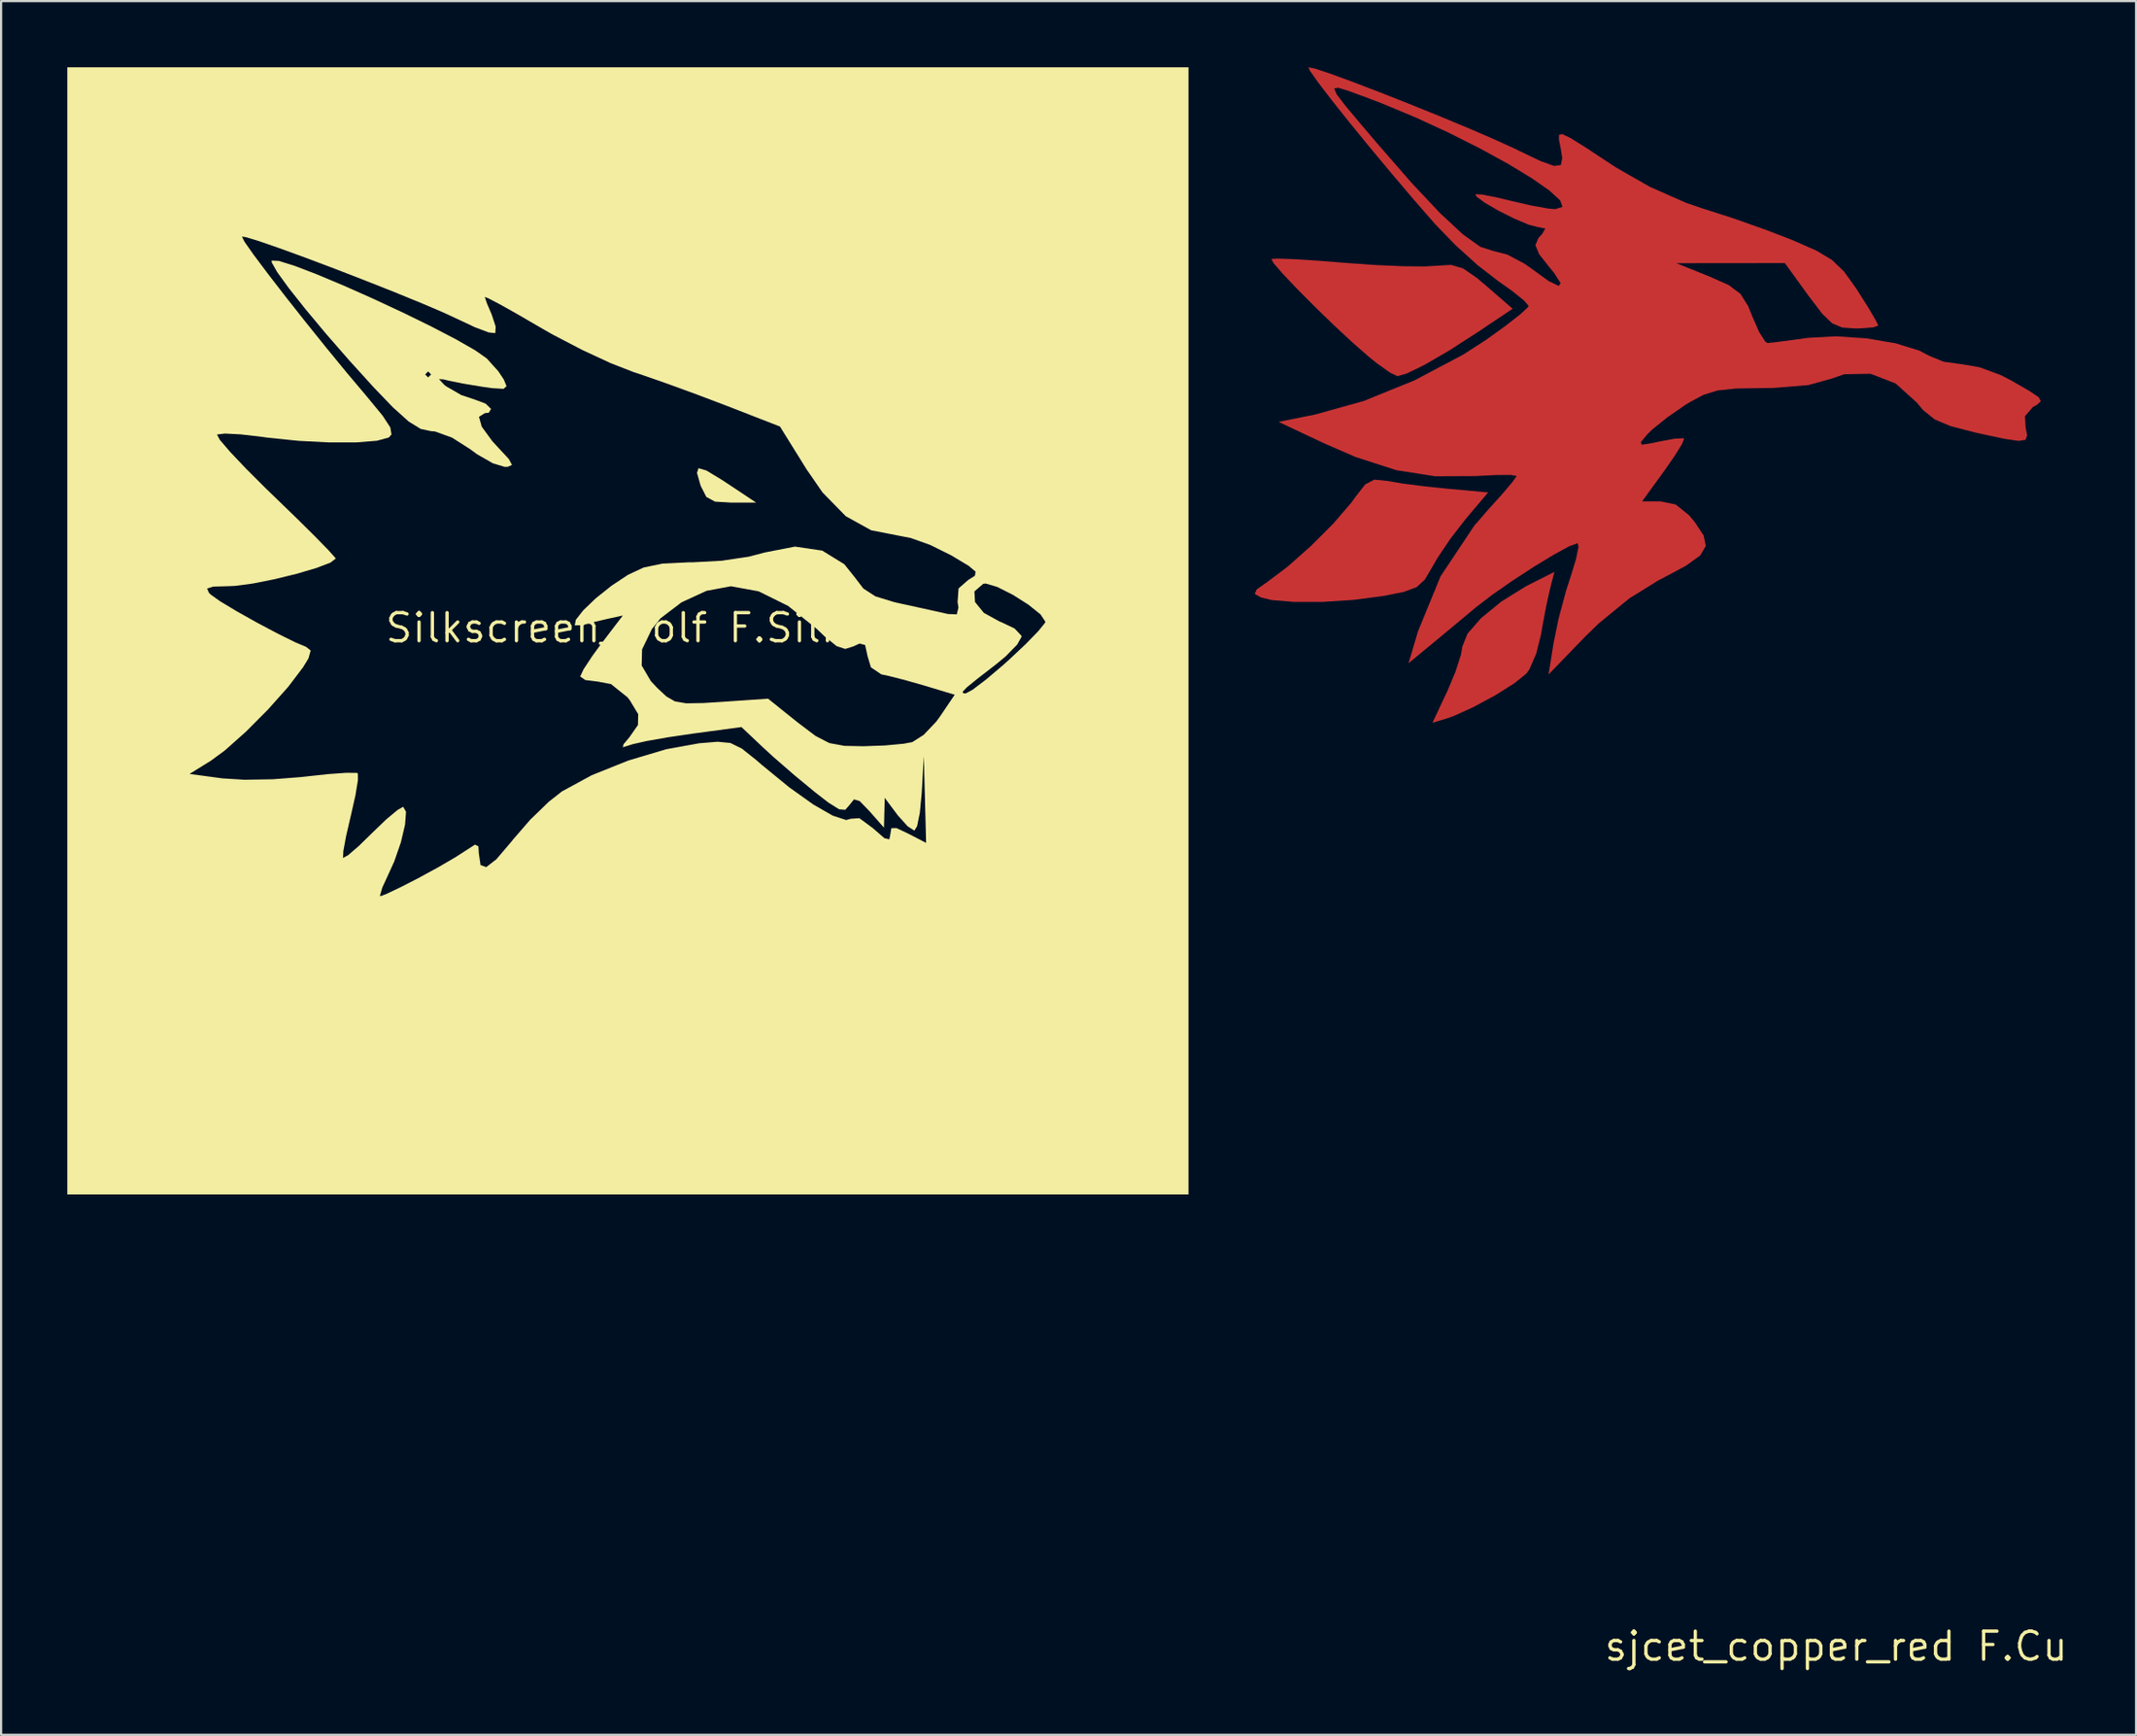
<source format=kicad_pcb>
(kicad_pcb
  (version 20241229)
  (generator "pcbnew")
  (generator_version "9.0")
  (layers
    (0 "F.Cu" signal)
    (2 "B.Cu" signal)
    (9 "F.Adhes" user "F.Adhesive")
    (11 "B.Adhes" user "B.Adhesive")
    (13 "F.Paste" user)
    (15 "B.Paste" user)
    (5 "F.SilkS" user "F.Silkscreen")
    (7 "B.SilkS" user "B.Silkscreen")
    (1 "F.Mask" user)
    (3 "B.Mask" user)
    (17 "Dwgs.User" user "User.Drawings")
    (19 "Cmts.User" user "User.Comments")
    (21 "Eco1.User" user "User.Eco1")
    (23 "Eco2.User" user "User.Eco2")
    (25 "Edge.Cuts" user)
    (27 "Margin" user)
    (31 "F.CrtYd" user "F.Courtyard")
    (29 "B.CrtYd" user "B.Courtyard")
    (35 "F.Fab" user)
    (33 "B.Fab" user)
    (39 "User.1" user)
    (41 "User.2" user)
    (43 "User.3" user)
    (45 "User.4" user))
  (footprint "sjcet_copper_red F.Cu"
    (layer "F.Cu")
    (at 80.142 71.549)
    (property "Reference" "sjcet_copper_red F.Cu" (at 0 0 0) (layer "F.SilkS") (effects (font (size 1.27 1.27) (thickness 0.15))))
    (attr board_only exclude_from_pos_files exclude_from_bom)
    (fp_poly (pts (xy -12.962 -47.919) (xy -13.128 -47.172) (xy -13.309 -46.213) (xy -13.367 -45.867) (xy -13.586 -44.988) (xy -13.895 -44.273) (xy -14.031 -44.082) (xy -14.583 -43.636) (xy -15.447 -43.093) (xy -16.43 -42.562) (xy -17.341 -42.15) (xy -17.68 -42.032) (xy -18.289 -41.85) (xy -17.614 -43.285) (xy -17.242 -44.172) (xy -16.995 -44.942) (xy -16.936 -45.3) (xy -16.703 -45.884) (xy -16.08 -46.597) (xy -15.17 -47.34) (xy -14.081 -48.018) (xy -13.886 -48.12) (xy -12.765 -48.685)) (stroke (width 0) (type solid)) (fill yes) (layer "F.Cu"))
    (fp_poly (pts (xy -24.56 -62.856) (xy -23.508 -62.789) (xy -22.291 -62.692) (xy -20.918 -62.593) (xy -19.645 -62.536) (xy -18.627 -62.527) (xy -18.086 -62.559) (xy -17.444 -62.596) (xy -16.909 -62.44) (xy -16.287 -62.013) (xy -15.863 -61.656) (xy -14.657 -60.609) (xy -16.273 -59.527) (xy -17.554 -58.703) (xy -18.646 -58.069) (xy -19.462 -57.672) (xy -19.88 -57.555) (xy -20.213 -57.717) (xy -20.794 -58.129) (xy -21.174 -58.434) (xy -21.908 -59.077) (xy -22.751 -59.86) (xy -23.616 -60.699) (xy -24.417 -61.505) (xy -25.069 -62.192) (xy -25.486 -62.675) (xy -25.588 -62.864) (xy -25.29 -62.883)) (stroke (width 0) (type solid)) (fill yes) (layer "F.Cu"))
    (fp_poly (pts (xy -20.349 -52.809) (xy -20.347 -52.809) (xy -19.648 -52.69) (xy -18.636 -52.56) (xy -17.647 -52.458) (xy -15.766 -52.286) (xy -16.779 -51.089) (xy -17.458 -50.214) (xy -18.067 -49.31) (xy -18.309 -48.889) (xy -18.636 -48.333) (xy -19.009 -47.995) (xy -19.593 -47.778) (xy -20.552 -47.589) (xy -20.565 -47.587) (xy -21.889 -47.415) (xy -23.273 -47.327) (xy -24.557 -47.325) (xy -25.577 -47.411) (xy -26.048 -47.524) (xy -26.342 -47.688) (xy -26.253 -47.892) (xy -25.774 -48.229) (xy -24.847 -48.926) (xy -23.789 -49.866) (xy -22.774 -50.883) (xy -21.976 -51.81) (xy -21.793 -52.063) (xy -21.334 -52.652) (xy -20.92 -52.866)) (stroke (width 0) (type solid)) (fill yes) (layer "F.Cu"))
    (fp_poly (pts (xy -23.627 -71.496) (xy -22.937 -71.267) (xy -21.934 -70.9) (xy -20.711 -70.432) (xy -19.363 -69.9) (xy -17.985 -69.343) (xy -16.672 -68.796) (xy -15.516 -68.298) (xy -14.613 -67.887) (xy -14.415 -67.79) (xy -13.394 -67.302) (xy -12.772 -67.078) (xy -12.47 -67.122) (xy -12.409 -67.438) (xy -12.476 -67.865) (xy -12.556 -68.257) (xy -12.558 -68.485) (xy -12.412 -68.524) (xy -12.044 -68.35) (xy -11.384 -67.939) (xy -10.359 -67.265) (xy -9.969 -67.008) (xy -8.444 -66.136) (xy -6.795 -65.407) (xy -6.009 -65.14) (xy -4.646 -64.702) (xy -3.139 -64.169) (xy -1.969 -63.716) (xy -0.904 -63.248) (xy -0.185 -62.819) (xy 0.359 -62.295) (xy 0.899 -61.542) (xy 0.967 -61.439) (xy 1.454 -60.667) (xy 1.795 -60.09) (xy 1.912 -59.847) (xy 1.67 -59.764) (xy 1.069 -59.719) (xy 0.867 -59.717) (xy 0.274 -59.758) (xy -0.179 -59.948) (xy -0.635 -60.39) (xy -1.239 -61.183) (xy -1.25 -61.197) (xy -2.322 -62.678) (xy -4.78 -62.675) (xy -7.238 -62.673) (xy -5.743 -62.073) (xy -4.862 -61.679) (xy -4.333 -61.283) (xy -3.985 -60.727) (xy -3.795 -60.257) (xy -3.485 -59.55) (xy -3.208 -59.118) (xy -3.104 -59.054) (xy -2.723 -59.097) (xy -1.982 -59.194) (xy -1.285 -59.29) (xy -0.016 -59.361) (xy 1.374 -59.269) (xy 2.701 -59.043) (xy 3.777 -58.709) (xy 4.216 -58.476) (xy 4.873 -58.209) (xy 5.692 -58.096) (xy 5.704 -58.096) (xy 6.502 -57.957) (xy 7.456 -57.605) (xy 7.896 -57.381) (xy 8.737 -56.896) (xy 9.174 -56.603) (xy 9.276 -56.42) (xy 9.111 -56.266) (xy 8.919 -56.158) (xy 8.559 -55.743) (xy 8.585 -55.232) (xy 8.656 -54.872) (xy 8.581 -54.671) (xy 8.27 -54.622) (xy 7.631 -54.715) (xy 6.572 -54.942) (xy 6.264 -55.011) (xy 5.179 -55.292) (xy 4.463 -55.597) (xy 3.943 -56.015) (xy 3.653 -56.36) (xy 2.698 -57.223) (xy 1.56 -57.663) (xy 0.375 -57.643) (xy -0.2 -57.445) (xy -1.251 -57.152) (xy -2.816 -57.022) (xy -3.37 -57.015) (xy -4.55 -56.994) (xy -5.369 -56.906) (xy -6.01 -56.709) (xy -6.656 -56.362) (xy -6.843 -56.245) (xy -7.65 -55.687) (xy -8.329 -55.14) (xy -8.555 -54.918) (xy -8.85 -54.564) (xy -8.806 -54.448) (xy -8.343 -54.52) (xy -8.017 -54.592) (xy -7.334 -54.718) (xy -6.923 -54.743) (xy -6.885 -54.73) (xy -6.982 -54.481) (xy -7.327 -53.924) (xy -7.791 -53.258) (xy -8.791 -51.881) (xy -7.96 -51.881) (xy -7.271 -51.741) (xy -6.658 -51.248) (xy -6.399 -50.934) (xy -6.003 -50.338) (xy -5.904 -49.865) (xy -6.153 -49.435) (xy -6.8 -48.967) (xy -7.895 -48.382) (xy -8.041 -48.309) (xy -9.368 -47.487) (xy -10.749 -46.358) (xy -11.362 -45.761) (xy -13.028 -44.04) (xy -12.801 -45.471) (xy -12.571 -46.581) (xy -12.237 -47.824) (xy -12.037 -48.445) (xy -11.787 -49.254) (xy -11.672 -49.813) (xy -11.707 -49.989) (xy -12.1 -49.843) (xy -12.809 -49.456) (xy -13.711 -48.908) (xy -14.681 -48.275) (xy -15.595 -47.639) (xy -16.327 -47.075) (xy -16.335 -47.069) (xy -17.206 -46.342) (xy -18.08 -45.616) (xy -18.451 -45.309) (xy -19.373 -44.547) (xy -18.947 -45.985) (xy -17.921 -48.487) (xy -16.397 -50.776) (xy -15.773 -51.496) (xy -15.132 -52.207) (xy -14.668 -52.755) (xy -14.476 -53.026) (xy -14.475 -53.031) (xy -14.724 -53.078) (xy -15.378 -53.077) (xy -16.298 -53.031) (xy -16.338 -53.028) (xy -18.173 -53.02) (xy -19.925 -53.295) (xy -21.769 -53.89) (xy -23.149 -54.49) (xy -25.262 -55.482) (xy -23.599 -55.817) (xy -21.409 -56.428) (xy -19.101 -57.365) (xy -16.896 -58.532) (xy -15.857 -59.202) (xy -14.987 -59.828) (xy -14.322 -60.347) (xy -13.964 -60.677) (xy -13.93 -60.737) (xy -14.138 -60.98) (xy -14.681 -61.417) (xy -15.331 -61.878) (xy -16.235 -62.577) (xy -17.255 -63.5) (xy -18.168 -64.445) (xy -19.139 -65.558) (xy -20.154 -66.753) (xy -21.155 -67.955) (xy -22.083 -69.094) (xy -22.879 -70.095) (xy -23.258 -70.589) (xy -22.742 -70.589) (xy -22.629 -70.325) (xy -22.213 -69.782) (xy -21.479 -68.908) (xy -20.787 -68.094) (xy -19.218 -66.294) (xy -17.93 -64.927) (xy -16.903 -63.973) (xy -16.115 -63.413) (xy -15.548 -63.23) (xy -15.546 -63.23) (xy -14.899 -63.064) (xy -14.112 -62.647) (xy -13.792 -62.419) (xy -13.018 -61.86) (xy -12.571 -61.643) (xy -12.481 -61.767) (xy -12.778 -62.232) (xy -12.949 -62.44) (xy -13.456 -63.081) (xy -13.624 -63.487) (xy -13.49 -63.812) (xy -13.328 -63.986) (xy -13.175 -64.243) (xy -13.509 -64.311) (xy -13.937 -64.42) (xy -14.585 -64.695) (xy -15.298 -65.053) (xy -15.921 -65.414) (xy -16.299 -65.696) (xy -16.34 -65.798) (xy -16.049 -65.785) (xy -15.392 -65.657) (xy -14.757 -65.504) (xy -13.828 -65.29) (xy -13.047 -65.151) (xy -12.726 -65.121) (xy -12.396 -65.227) (xy -12.504 -65.52) (xy -12.992 -65.967) (xy -13.802 -66.532) (xy -14.873 -67.181) (xy -16.148 -67.879) (xy -17.566 -68.592) (xy -19.07 -69.285) (xy -20.601 -69.923) (xy -21.415 -70.232) (xy -22.12 -70.49) (xy -22.567 -70.627) (xy -22.742 -70.589) (xy -23.258 -70.589) (xy -23.485 -70.886) (xy -23.842 -71.395) (xy -23.91 -71.549)) (stroke (width 0) (type solid)) (fill yes) (layer "F.Cu")))
  (footprint "Silkscreen_wolf F.SilkS"
    (layer "F.Cu")
    (at 25.4 25.4)
    (property "Reference" "Silkscreen_wolf F.SilkS" (at 0 0 0) (layer "F.SilkS") (effects (font (size 1.27 1.27) (thickness 0.15))))
    (attr board_only exclude_from_pos_files exclude_from_bom)
    (fp_poly (pts (xy 3.552 -7.133) (xy 4.254 -6.709) (xy 4.594 -6.485) (xy 5.81 -5.677) (xy 4.688 -5.676) (xy 3.95 -5.72) (xy 3.554 -5.932) (xy 3.305 -6.422) (xy 3.283 -6.485) (xy 3.13 -7.021) (xy 3.198 -7.237)) (stroke (width 0) (type solid)) (fill yes) (layer "F.SilkS"))
    (fp_poly (pts (xy -15.816 -16.628) (xy -15.102 -16.405) (xy -14.092 -16.018) (xy -12.875 -15.507) (xy -11.545 -14.916) (xy -10.192 -14.285) (xy -8.909 -13.657) (xy -7.786 -13.072) (xy -6.915 -12.574) (xy -6.393 -12.206) (xy -5.876 -11.633) (xy -5.621 -11.249) (xy -5.499 -10.95) (xy -5.635 -10.832) (xy -6.134 -10.86) (xy -6.627 -10.93) (xy -7.485 -11.073) (xy -8.165 -11.211) (xy -8.344 -11.258) (xy -8.561 -11.272) (xy -8.337 -11.029) (xy -8.241 -10.949) (xy -7.549 -10.549) (xy -6.958 -10.353) (xy -6.45 -10.163) (xy -6.201 -9.922) (xy -6.303 -9.75) (xy -6.485 -9.728) (xy -6.747 -9.564) (xy -6.623 -9.117) (xy -6.141 -8.456) (xy -5.892 -8.187) (xy -5.393 -7.647) (xy -5.253 -7.383) (xy -5.437 -7.3) (xy -5.584 -7.296) (xy -6.121 -7.458) (xy -6.836 -7.868) (xy -7.161 -8.106) (xy -7.967 -8.619) (xy -8.73 -8.897) (xy -8.929 -8.917) (xy -9.388 -9.014) (xy -9.93 -9.348) (xy -10.639 -9.985) (xy -11.497 -10.876) (xy -12.049 -11.484) (xy -9.187 -11.484) (xy -9.052 -11.349) (xy -8.917 -11.484) (xy -9.052 -11.619) (xy -9.187 -11.484) (xy -12.049 -11.484) (xy -12.612 -12.104) (xy -13.665 -13.311) (xy -14.599 -14.429) (xy -15.36 -15.389) (xy -15.892 -16.122) (xy -16.139 -16.56) (xy -16.141 -16.645)) (stroke (width 0) (type solid)) (fill yes) (layer "F.SilkS"))
    (fp_poly (pts (xy 25.4 0.135) (xy 25.4 25.67) (xy 0 25.67) (xy -25.4 25.67) (xy -25.4 6.617) (xy -19.861 6.617) (xy -18.374 6.819) (xy -17.367 6.881) (xy -16.083 6.859) (xy -14.782 6.757) (xy -14.628 6.739) (xy -13.583 6.625) (xy -12.76 6.566) (xy -12.292 6.57) (xy -12.237 6.588) (xy -12.232 6.896) (xy -12.344 7.579) (xy -12.55 8.492) (xy -12.557 8.52) (xy -12.768 9.432) (xy -12.894 10.114) (xy -12.907 10.421) (xy -12.905 10.423) (xy -12.679 10.301) (xy -12.192 9.881) (xy -11.614 9.317) (xy -10.957 8.684) (xy -10.433 8.246) (xy -10.182 8.106) (xy -10.053 8.333) (xy -10.098 8.915) (xy -10.285 9.711) (xy -10.584 10.577) (xy -10.837 11.134) (xy -11.124 11.756) (xy -11.232 12.121) (xy -11.212 12.16) (xy -10.913 12.043) (xy -10.281 11.74) (xy -9.517 11.349) (xy -8.598 10.849) (xy -7.793 10.378) (xy -7.363 10.1) (xy -6.928 9.82) (xy -6.773 9.899) (xy -6.755 10.219) (xy -6.676 10.748) (xy -6.42 10.84) (xy -5.958 10.483) (xy -5.264 9.667) (xy -5.199 9.584) (xy -4.427 8.693) (xy -3.581 7.875) (xy -2.989 7.41) (xy -1.64 6.676) (xy 0.014 6.012) (xy 1.735 5.499) (xy 3.221 5.229) (xy 4.065 5.159) (xy 4.643 5.215) (xy 5.157 5.466) (xy 5.807 5.982) (xy 6.093 6.229) (xy 7.313 7.227) (xy 8.398 8.001) (xy 9.279 8.507) (xy 9.887 8.706) (xy 10.105 8.648) (xy 10.49 8.624) (xy 11.113 9.085) (xy 11.132 9.103) (xy 11.623 9.531) (xy 11.845 9.581) (xy 11.889 9.366) (xy 11.935 9.077) (xy 12.167 9.07) (xy 12.7 9.322) (xy 13.511 9.742) (xy 13.459 7.776) (xy 13.407 5.81) (xy 13.311 7.498) (xy 13.227 8.373) (xy 13.103 8.984) (xy 12.98 9.187) (xy 12.675 8.991) (xy 12.242 8.511) (xy 12.191 8.444) (xy 11.636 7.701) (xy 11.619 8.377) (xy 11.602 9.052) (xy 10.948 8.309) (xy 10.501 7.848) (xy 10.244 7.77) (xy 10.038 8.026) (xy 9.85 8.242) (xy 9.572 8.221) (xy 9.09 7.92) (xy 8.471 7.44) (xy 7.548 6.678) (xy 6.614 5.867) (xy 6.152 5.445) (xy 5.144 4.494) (xy 2.91 4.795) (xy 1.802 4.959) (xy 0.851 5.126) (xy 0.225 5.267) (xy 0.135 5.296) (xy -0.229 5.41) (xy -0.201 5.274) (xy 0.068 4.956) (xy 0.455 4.4) (xy 0.466 3.909) (xy 0.09 3.285) (xy -0.02 3.144) (xy -0.765 2.548) (xy -1.371 2.432) (xy -1.931 2.363) (xy -2.162 2.201) (xy -2.009 1.876) (xy -1.896 1.704) (xy 0.623 1.704) (xy 1.041 2.413) (xy 1.324 2.717) (xy 1.743 3.107) (xy 2.129 3.33) (xy 2.637 3.418) (xy 3.421 3.405) (xy 4.229 3.354) (xy 6.35 3.208) (xy 7.701 4.292) (xy 8.498 4.894) (xy 9.124 5.218) (xy 9.811 5.346) (xy 10.673 5.363) (xy 11.657 5.327) (xy 12.496 5.248) (xy 12.885 5.175) (xy 13.401 4.847) (xy 13.975 4.242) (xy 14.141 4.014) (xy 14.807 3.029) (xy 14.364 2.896) (xy 15.164 2.896) (xy 15.2 2.965) (xy 15.302 2.972) (xy 15.619 2.802) (xy 16.217 2.348) (xy 16.986 1.697) (xy 17.248 1.463) (xy 18.014 0.744) (xy 18.594 0.148) (xy 18.894 -0.224) (xy 18.915 -0.28) (xy 18.694 -0.612) (xy 18.145 -1.053) (xy 17.436 -1.502) (xy 16.735 -1.855) (xy 16.211 -2.01) (xy 16.098 -1.997) (xy 15.699 -1.651) (xy 15.727 -1.173) (xy 16.128 -0.68) (xy 16.847 -0.285) (xy 16.912 -0.262) (xy 17.521 0.029) (xy 17.826 0.353) (xy 17.834 0.404) (xy 17.634 0.76) (xy 17.121 1.285) (xy 16.686 1.647) (xy 15.838 2.302) (xy 15.354 2.696) (xy 15.164 2.896) (xy 14.364 2.896) (xy 13.416 2.61) (xy 12.518 2.355) (xy 11.764 2.164) (xy 11.484 2.107) (xy 11.01 1.788) (xy 10.858 1.281) (xy 10.747 0.776) (xy 10.494 0.71) (xy 10.219 0.837) (xy 9.847 0.954) (xy 9.457 0.826) (xy 8.913 0.387) (xy 8.548 0.039) (xy 7.259 -0.995) (xy 5.922 -1.657) (xy 4.67 -1.886) (xy 3.565 -1.68) (xy 2.428 -1.157) (xy 1.48 -0.435) (xy 1.087 0.052) (xy 0.643 0.972) (xy 0.623 1.704) (xy -1.896 1.704) (xy -1.614 1.275) (xy -1.196 0.704) (xy -0.23 -0.561) (xy -0.993 -0.393) (xy -1.671 -0.234) (xy -2.094 -0.121) (xy -2.407 -0.115) (xy -2.361 -0.365) (xy -2.023 -0.796) (xy -1.462 -1.335) (xy -0.746 -1.907) (xy 0 -2.403) (xy 0.711 -2.735) (xy 1.565 -2.912) (xy 2.746 -2.971) (xy 2.936 -2.971) (xy 4.246 -3.042) (xy 5.482 -3.227) (xy 6.179 -3.412) (xy 7.57 -3.683) (xy 8.806 -3.5) (xy 9.805 -2.884) (xy 10.244 -2.336) (xy 10.668 -1.783) (xy 11.213 -1.429) (xy 12.064 -1.168) (xy 12.357 -1.102) (xy 13.312 -0.894) (xy 14.126 -0.714) (xy 14.49 -0.631) (xy 14.899 -0.612) (xy 14.976 -0.919) (xy 14.936 -1.171) (xy 14.982 -1.789) (xy 15.414 -2.168) (xy 15.723 -2.363) (xy 15.752 -2.548) (xy 15.439 -2.812) (xy 14.723 -3.242) (xy 14.622 -3.3) (xy 13.699 -3.757) (xy 12.813 -4.074) (xy 12.354 -4.162) (xy 11.021 -4.423) (xy 9.871 -5.06) (xy 8.82 -6.134) (xy 8.097 -7.18) (xy 6.89 -9.123) (xy 4.459 -10.069) (xy 3.133 -10.572) (xy 1.746 -11.078) (xy 0.539 -11.498) (xy 0.24 -11.597) (xy -0.793 -12) (xy -2.074 -12.596) (xy -3.396 -13.284) (xy -4.016 -13.638) (xy -5.022 -14.224) (xy -5.831 -14.677) (xy -6.347 -14.945) (xy -6.485 -14.992) (xy -6.385 -14.697) (xy -6.171 -14.198) (xy -5.991 -13.649) (xy -6.009 -13.356) (xy -6.31 -13.388) (xy -6.939 -13.625) (xy -7.607 -13.94) (xy -8.306 -14.266) (xy -9.318 -14.699) (xy -10.548 -15.202) (xy -11.904 -15.739) (xy -13.293 -16.277) (xy -14.622 -16.778) (xy -15.799 -17.207) (xy -16.73 -17.529) (xy -17.323 -17.708) (xy -17.49 -17.728) (xy -17.369 -17.491) (xy -16.962 -16.913) (xy -16.33 -16.069) (xy -15.531 -15.034) (xy -14.623 -13.884) (xy -13.667 -12.695) (xy -12.72 -11.541) (xy -11.841 -10.498) (xy -11.799 -10.448) (xy -11.113 -9.614) (xy -10.765 -9.081) (xy -10.711 -8.766) (xy -10.83 -8.628) (xy -11.369 -8.48) (xy -12.315 -8.405) (xy -13.539 -8.404) (xy -14.914 -8.475) (xy -16.31 -8.618) (xy -16.591 -8.657) (xy -17.54 -8.768) (xy -18.264 -8.806) (xy -18.613 -8.762) (xy -18.618 -8.759) (xy -18.492 -8.523) (xy -18.036 -7.989) (xy -17.316 -7.228) (xy -16.396 -6.31) (xy -16.01 -5.937) (xy -15.018 -4.977) (xy -14.184 -4.151) (xy -13.576 -3.529) (xy -13.266 -3.183) (xy -13.24 -3.139) (xy -13.483 -2.954) (xy -14.119 -2.713) (xy -15.009 -2.451) (xy -16.013 -2.205) (xy -16.993 -2.01) (xy -17.808 -1.902) (xy -18.056 -1.891) (xy -18.788 -1.871) (xy -19.068 -1.783) (xy -18.982 -1.588) (xy -18.905 -1.511) (xy -18.489 -1.214) (xy -17.743 -0.764) (xy -16.82 -0.246) (xy -15.875 0.256) (xy -15.063 0.657) (xy -14.583 0.858) (xy -14.373 1.025) (xy -14.472 1.379) (xy -14.714 1.777) (xy -15.391 2.671) (xy -16.307 3.698) (xy -17.313 4.709) (xy -18.264 5.555) (xy -18.892 6.016) (xy -19.861 6.617) (xy -25.4 6.617) (xy -25.4 0.135) (xy -25.4 -25.4) (xy 0 -25.4) (xy 25.4 -25.4)) (stroke (width 0) (type solid)) (fill yes) (layer "F.SilkS")))
  (gr_rect
    (start -3 -3)
    (end 93.733 75.556)
    (stroke (width 0.1) (type default))
    (fill no)
    (layer "Edge.Cuts")))
</source>
